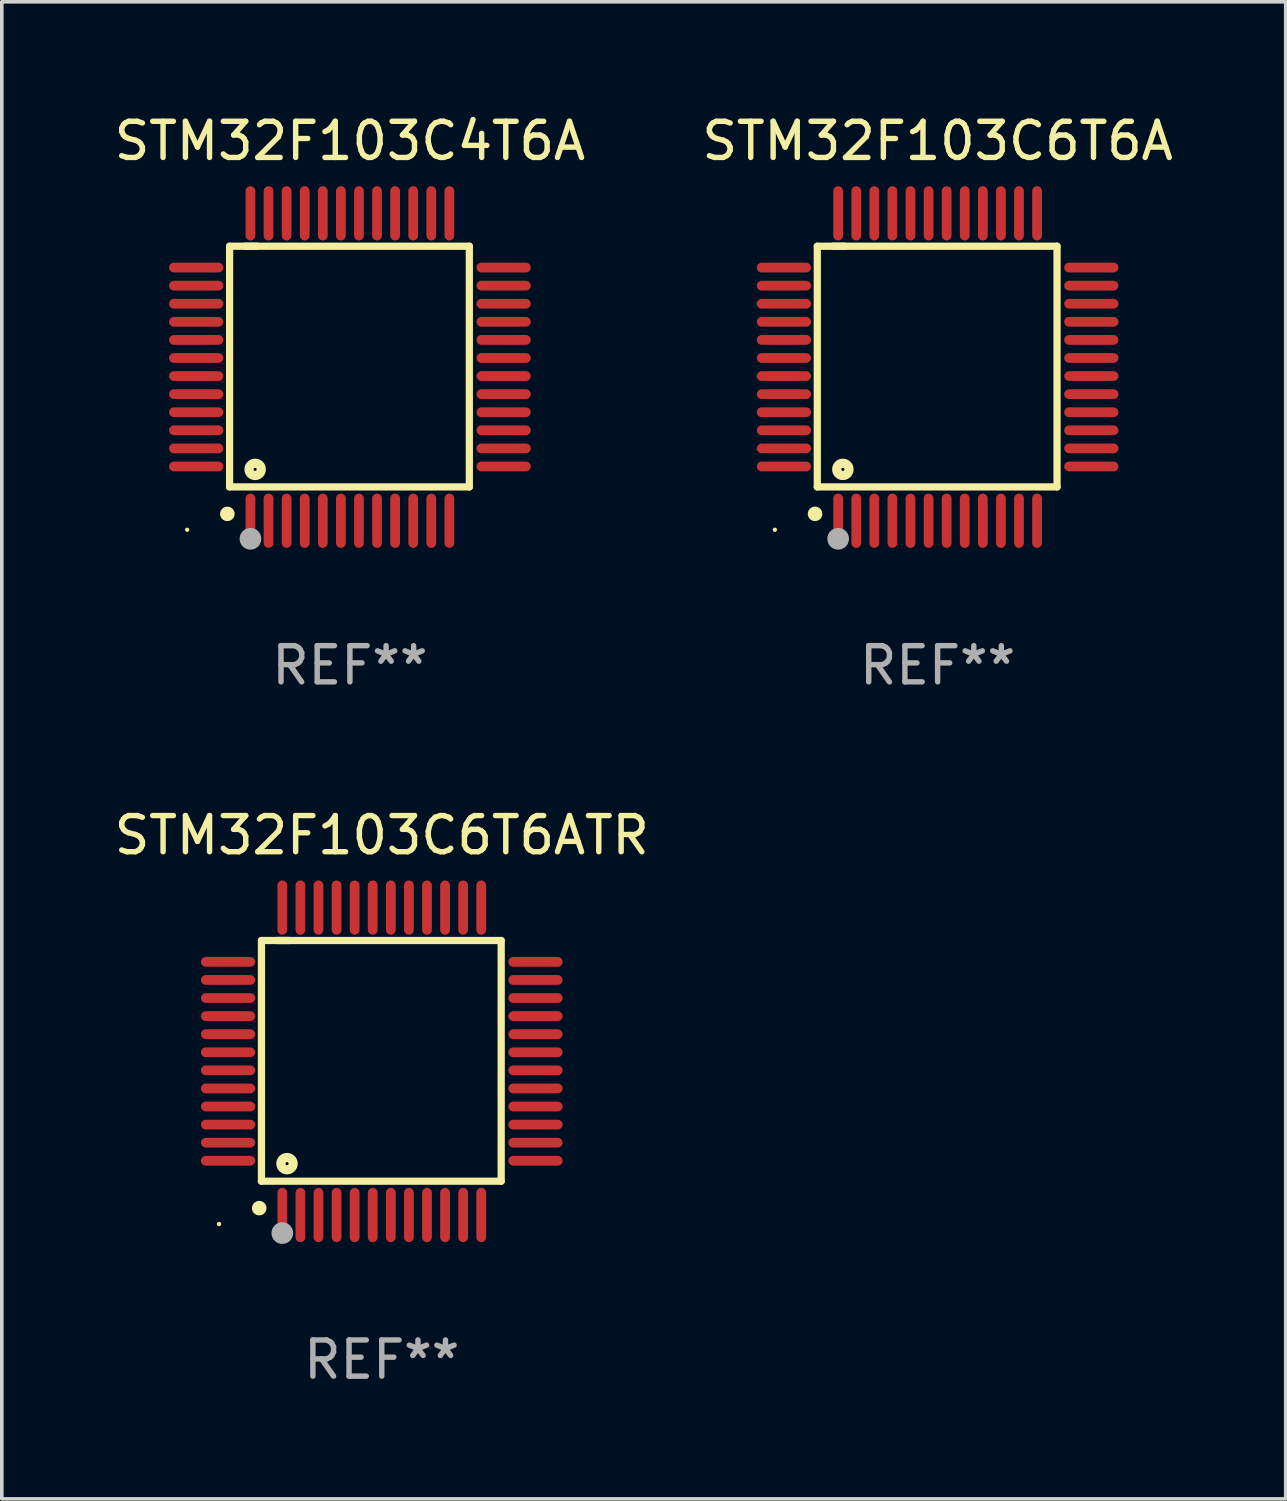
<source format=kicad_pcb>
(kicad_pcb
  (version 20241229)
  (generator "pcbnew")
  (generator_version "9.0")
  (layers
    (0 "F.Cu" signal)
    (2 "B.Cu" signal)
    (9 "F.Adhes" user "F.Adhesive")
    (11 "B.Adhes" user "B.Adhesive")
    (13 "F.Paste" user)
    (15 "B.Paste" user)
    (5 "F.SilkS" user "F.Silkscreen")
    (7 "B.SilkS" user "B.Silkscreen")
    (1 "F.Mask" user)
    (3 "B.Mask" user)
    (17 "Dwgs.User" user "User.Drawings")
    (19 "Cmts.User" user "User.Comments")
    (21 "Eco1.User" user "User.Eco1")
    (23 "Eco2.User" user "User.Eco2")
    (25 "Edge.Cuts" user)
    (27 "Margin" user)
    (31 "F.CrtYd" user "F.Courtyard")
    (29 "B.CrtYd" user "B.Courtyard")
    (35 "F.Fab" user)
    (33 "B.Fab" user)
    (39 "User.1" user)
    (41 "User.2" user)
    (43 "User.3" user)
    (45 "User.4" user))
  (footprint "STM32F103C4T6A"
    (layer "F.Cu")
    (at 6.625 7.098)
    (property "Reference" "STM32F103C4T6A" (at 0 -6.25 0) (layer "F.SilkS") (effects (font (size 1 1) (thickness 0.15))))
    (attr through_hole)
    (fp_line (start -3.327 -3.34) (end -2.565 -3.34) (stroke (width 0.2) (type solid)) (layer "F.SilkS"))
    (fp_line (start -3.327 3.315) (end -3.327 -3.34) (stroke (width 0.2) (type solid)) (layer "F.SilkS"))
    (fp_line (start -2.896 -3.34) (end 3.302 -3.34) (stroke (width 0.2) (type solid)) (layer "F.SilkS"))
    (fp_line (start 3.302 -3.34) (end 3.302 3.315) (stroke (width 0.2) (type solid)) (layer "F.SilkS"))
    (fp_line (start 3.302 3.315) (end -3.327 3.315) (stroke (width 0.2) (type solid)) (layer "F.SilkS"))
    (fp_arc (start -3.389992 4.059995) (mid -3.388722 4.059991) (end -3.387452 4.059995) (stroke (width 0.4) (type solid)) (layer "F.SilkS"))
    (fp_circle (center -4.5 4.5) (end -4.47 4.5) (stroke (width 0.06) (type solid)) (fill no) (layer "F.SilkS"))
    (fp_circle (center -2.62 2.83) (end -2.45 2.83) (stroke (width 0.254) (type solid)) (fill no) (layer "F.SilkS"))
    (fp_circle (center -2.75 4.75) (end -2.6 4.75) (stroke (width 0.3) (type solid)) (fill no) (layer "F.Fab"))
    (fp_text user "REF**" (at 0 8.25 0) (layer "F.Fab") (effects (font (size 1 1) (thickness 0.15))))
    (pad "1" smd oval (at -2.75 4.25) (size 0.27 1.5) (layers "F.Cu" "F.Mask" "F.Paste"))
    (pad "2" smd oval (at -2.25 4.25) (size 0.27 1.5) (layers "F.Cu" "F.Mask" "F.Paste"))
    (pad "3" smd oval (at -1.75 4.25) (size 0.27 1.5) (layers "F.Cu" "F.Mask" "F.Paste"))
    (pad "4" smd oval (at -1.25 4.25) (size 0.27 1.5) (layers "F.Cu" "F.Mask" "F.Paste"))
    (pad "5" smd oval (at -0.75 4.25) (size 0.27 1.5) (layers "F.Cu" "F.Mask" "F.Paste"))
    (pad "6" smd oval (at -0.25 4.25) (size 0.27 1.5) (layers "F.Cu" "F.Mask" "F.Paste"))
    (pad "7" smd oval (at 0.25 4.25) (size 0.27 1.5) (layers "F.Cu" "F.Mask" "F.Paste"))
    (pad "8" smd oval (at 0.75 4.25) (size 0.27 1.5) (layers "F.Cu" "F.Mask" "F.Paste"))
    (pad "9" smd oval (at 1.25 4.25) (size 0.27 1.5) (layers "F.Cu" "F.Mask" "F.Paste"))
    (pad "10" smd oval (at 1.75 4.25) (size 0.27 1.5) (layers "F.Cu" "F.Mask" "F.Paste"))
    (pad "11" smd oval (at 2.25 4.25) (size 0.27 1.5) (layers "F.Cu" "F.Mask" "F.Paste"))
    (pad "12" smd oval (at 2.75 4.25) (size 0.27 1.5) (layers "F.Cu" "F.Mask" "F.Paste"))
    (pad "13" smd oval (at 4.25 2.75) (size 1.5 0.27) (layers "F.Cu" "F.Mask" "F.Paste"))
    (pad "14" smd oval (at 4.25 2.25) (size 1.5 0.27) (layers "F.Cu" "F.Mask" "F.Paste"))
    (pad "15" smd oval (at 4.25 1.75) (size 1.5 0.27) (layers "F.Cu" "F.Mask" "F.Paste"))
    (pad "16" smd oval (at 4.25 1.25) (size 1.5 0.27) (layers "F.Cu" "F.Mask" "F.Paste"))
    (pad "17" smd oval (at 4.25 0.75) (size 1.5 0.27) (layers "F.Cu" "F.Mask" "F.Paste"))
    (pad "18" smd oval (at 4.25 0.25) (size 1.5 0.27) (layers "F.Cu" "F.Mask" "F.Paste"))
    (pad "19" smd oval (at 4.25 -0.25) (size 1.5 0.27) (layers "F.Cu" "F.Mask" "F.Paste"))
    (pad "20" smd oval (at 4.25 -0.75) (size 1.5 0.27) (layers "F.Cu" "F.Mask" "F.Paste"))
    (pad "21" smd oval (at 4.25 -1.25) (size 1.5 0.27) (layers "F.Cu" "F.Mask" "F.Paste"))
    (pad "22" smd oval (at 4.25 -1.75) (size 1.5 0.27) (layers "F.Cu" "F.Mask" "F.Paste"))
    (pad "23" smd oval (at 4.25 -2.25) (size 1.5 0.27) (layers "F.Cu" "F.Mask" "F.Paste"))
    (pad "24" smd oval (at 4.25 -2.75) (size 1.5 0.27) (layers "F.Cu" "F.Mask" "F.Paste"))
    (pad "25" smd oval (at 2.75 -4.25) (size 0.27 1.5) (layers "F.Cu" "F.Mask" "F.Paste"))
    (pad "26" smd oval (at 2.25 -4.25) (size 0.27 1.5) (layers "F.Cu" "F.Mask" "F.Paste"))
    (pad "27" smd oval (at 1.75 -4.25) (size 0.27 1.5) (layers "F.Cu" "F.Mask" "F.Paste"))
    (pad "28" smd oval (at 1.25 -4.25) (size 0.27 1.5) (layers "F.Cu" "F.Mask" "F.Paste"))
    (pad "29" smd oval (at 0.75 -4.25) (size 0.27 1.5) (layers "F.Cu" "F.Mask" "F.Paste"))
    (pad "30" smd oval (at 0.25 -4.25) (size 0.27 1.5) (layers "F.Cu" "F.Mask" "F.Paste"))
    (pad "31" smd oval (at -0.25 -4.25) (size 0.27 1.5) (layers "F.Cu" "F.Mask" "F.Paste"))
    (pad "32" smd oval (at -0.75 -4.25) (size 0.27 1.5) (layers "F.Cu" "F.Mask" "F.Paste"))
    (pad "33" smd oval (at -1.25 -4.25) (size 0.27 1.5) (layers "F.Cu" "F.Mask" "F.Paste"))
    (pad "34" smd oval (at -1.75 -4.25) (size 0.27 1.5) (layers "F.Cu" "F.Mask" "F.Paste"))
    (pad "35" smd oval (at -2.25 -4.25) (size 0.27 1.5) (layers "F.Cu" "F.Mask" "F.Paste"))
    (pad "36" smd oval (at -2.75 -4.25) (size 0.27 1.5) (layers "F.Cu" "F.Mask" "F.Paste"))
    (pad "37" smd oval (at -4.25 -2.75) (size 1.5 0.27) (layers "F.Cu" "F.Mask" "F.Paste"))
    (pad "38" smd oval (at -4.25 -2.25) (size 1.5 0.27) (layers "F.Cu" "F.Mask" "F.Paste"))
    (pad "39" smd oval (at -4.25 -1.75) (size 1.5 0.27) (layers "F.Cu" "F.Mask" "F.Paste"))
    (pad "40" smd oval (at -4.25 -1.25) (size 1.5 0.27) (layers "F.Cu" "F.Mask" "F.Paste"))
    (pad "41" smd oval (at -4.25 -0.75) (size 1.5 0.27) (layers "F.Cu" "F.Mask" "F.Paste"))
    (pad "42" smd oval (at -4.25 -0.25) (size 1.5 0.27) (layers "F.Cu" "F.Mask" "F.Paste"))
    (pad "43" smd oval (at -4.25 0.25) (size 1.5 0.27) (layers "F.Cu" "F.Mask" "F.Paste"))
    (pad "44" smd oval (at -4.25 0.75) (size 1.5 0.27) (layers "F.Cu" "F.Mask" "F.Paste"))
    (pad "45" smd oval (at -4.25 1.25) (size 1.5 0.27) (layers "F.Cu" "F.Mask" "F.Paste"))
    (pad "46" smd oval (at -4.25 1.75) (size 1.5 0.27) (layers "F.Cu" "F.Mask" "F.Paste"))
    (pad "47" smd oval (at -4.25 2.25) (size 1.5 0.27) (layers "F.Cu" "F.Mask" "F.Paste"))
    (pad "48" smd oval (at -4.25 2.75) (size 1.5 0.27) (layers "F.Cu" "F.Mask" "F.Paste")))
  (footprint "STM32F103C6T6A"
    (layer "F.Cu")
    (at 22.875 7.098)
    (property "Reference" "STM32F103C6T6A" (at 0 -6.25 0) (layer "F.SilkS") (effects (font (size 1 1) (thickness 0.15))))
    (attr through_hole)
    (fp_line (start -3.327 -3.34) (end -2.565 -3.34) (stroke (width 0.2) (type solid)) (layer "F.SilkS"))
    (fp_line (start -3.327 3.315) (end -3.327 -3.34) (stroke (width 0.2) (type solid)) (layer "F.SilkS"))
    (fp_line (start -2.896 -3.34) (end 3.302 -3.34) (stroke (width 0.2) (type solid)) (layer "F.SilkS"))
    (fp_line (start 3.302 -3.34) (end 3.302 3.315) (stroke (width 0.2) (type solid)) (layer "F.SilkS"))
    (fp_line (start 3.302 3.315) (end -3.327 3.315) (stroke (width 0.2) (type solid)) (layer "F.SilkS"))
    (fp_arc (start -3.389992 4.059995) (mid -3.388722 4.059991) (end -3.387452 4.059995) (stroke (width 0.4) (type solid)) (layer "F.SilkS"))
    (fp_circle (center -4.5 4.5) (end -4.47 4.5) (stroke (width 0.06) (type solid)) (fill no) (layer "F.SilkS"))
    (fp_circle (center -2.62 2.83) (end -2.45 2.83) (stroke (width 0.254) (type solid)) (fill no) (layer "F.SilkS"))
    (fp_circle (center -2.75 4.75) (end -2.6 4.75) (stroke (width 0.3) (type solid)) (fill no) (layer "F.Fab"))
    (fp_text user "REF**" (at 0 8.25 0) (layer "F.Fab") (effects (font (size 1 1) (thickness 0.15))))
    (pad "1" smd oval (at -2.75 4.25) (size 0.27 1.5) (layers "F.Cu" "F.Mask" "F.Paste"))
    (pad "2" smd oval (at -2.25 4.25) (size 0.27 1.5) (layers "F.Cu" "F.Mask" "F.Paste"))
    (pad "3" smd oval (at -1.75 4.25) (size 0.27 1.5) (layers "F.Cu" "F.Mask" "F.Paste"))
    (pad "4" smd oval (at -1.25 4.25) (size 0.27 1.5) (layers "F.Cu" "F.Mask" "F.Paste"))
    (pad "5" smd oval (at -0.75 4.25) (size 0.27 1.5) (layers "F.Cu" "F.Mask" "F.Paste"))
    (pad "6" smd oval (at -0.25 4.25) (size 0.27 1.5) (layers "F.Cu" "F.Mask" "F.Paste"))
    (pad "7" smd oval (at 0.25 4.25) (size 0.27 1.5) (layers "F.Cu" "F.Mask" "F.Paste"))
    (pad "8" smd oval (at 0.75 4.25) (size 0.27 1.5) (layers "F.Cu" "F.Mask" "F.Paste"))
    (pad "9" smd oval (at 1.25 4.25) (size 0.27 1.5) (layers "F.Cu" "F.Mask" "F.Paste"))
    (pad "10" smd oval (at 1.75 4.25) (size 0.27 1.5) (layers "F.Cu" "F.Mask" "F.Paste"))
    (pad "11" smd oval (at 2.25 4.25) (size 0.27 1.5) (layers "F.Cu" "F.Mask" "F.Paste"))
    (pad "12" smd oval (at 2.75 4.25) (size 0.27 1.5) (layers "F.Cu" "F.Mask" "F.Paste"))
    (pad "13" smd oval (at 4.25 2.75) (size 1.5 0.27) (layers "F.Cu" "F.Mask" "F.Paste"))
    (pad "14" smd oval (at 4.25 2.25) (size 1.5 0.27) (layers "F.Cu" "F.Mask" "F.Paste"))
    (pad "15" smd oval (at 4.25 1.75) (size 1.5 0.27) (layers "F.Cu" "F.Mask" "F.Paste"))
    (pad "16" smd oval (at 4.25 1.25) (size 1.5 0.27) (layers "F.Cu" "F.Mask" "F.Paste"))
    (pad "17" smd oval (at 4.25 0.75) (size 1.5 0.27) (layers "F.Cu" "F.Mask" "F.Paste"))
    (pad "18" smd oval (at 4.25 0.25) (size 1.5 0.27) (layers "F.Cu" "F.Mask" "F.Paste"))
    (pad "19" smd oval (at 4.25 -0.25) (size 1.5 0.27) (layers "F.Cu" "F.Mask" "F.Paste"))
    (pad "20" smd oval (at 4.25 -0.75) (size 1.5 0.27) (layers "F.Cu" "F.Mask" "F.Paste"))
    (pad "21" smd oval (at 4.25 -1.25) (size 1.5 0.27) (layers "F.Cu" "F.Mask" "F.Paste"))
    (pad "22" smd oval (at 4.25 -1.75) (size 1.5 0.27) (layers "F.Cu" "F.Mask" "F.Paste"))
    (pad "23" smd oval (at 4.25 -2.25) (size 1.5 0.27) (layers "F.Cu" "F.Mask" "F.Paste"))
    (pad "24" smd oval (at 4.25 -2.75) (size 1.5 0.27) (layers "F.Cu" "F.Mask" "F.Paste"))
    (pad "25" smd oval (at 2.75 -4.25) (size 0.27 1.5) (layers "F.Cu" "F.Mask" "F.Paste"))
    (pad "26" smd oval (at 2.25 -4.25) (size 0.27 1.5) (layers "F.Cu" "F.Mask" "F.Paste"))
    (pad "27" smd oval (at 1.75 -4.25) (size 0.27 1.5) (layers "F.Cu" "F.Mask" "F.Paste"))
    (pad "28" smd oval (at 1.25 -4.25) (size 0.27 1.5) (layers "F.Cu" "F.Mask" "F.Paste"))
    (pad "29" smd oval (at 0.75 -4.25) (size 0.27 1.5) (layers "F.Cu" "F.Mask" "F.Paste"))
    (pad "30" smd oval (at 0.25 -4.25) (size 0.27 1.5) (layers "F.Cu" "F.Mask" "F.Paste"))
    (pad "31" smd oval (at -0.25 -4.25) (size 0.27 1.5) (layers "F.Cu" "F.Mask" "F.Paste"))
    (pad "32" smd oval (at -0.75 -4.25) (size 0.27 1.5) (layers "F.Cu" "F.Mask" "F.Paste"))
    (pad "33" smd oval (at -1.25 -4.25) (size 0.27 1.5) (layers "F.Cu" "F.Mask" "F.Paste"))
    (pad "34" smd oval (at -1.75 -4.25) (size 0.27 1.5) (layers "F.Cu" "F.Mask" "F.Paste"))
    (pad "35" smd oval (at -2.25 -4.25) (size 0.27 1.5) (layers "F.Cu" "F.Mask" "F.Paste"))
    (pad "36" smd oval (at -2.75 -4.25) (size 0.27 1.5) (layers "F.Cu" "F.Mask" "F.Paste"))
    (pad "37" smd oval (at -4.25 -2.75) (size 1.5 0.27) (layers "F.Cu" "F.Mask" "F.Paste"))
    (pad "38" smd oval (at -4.25 -2.25) (size 1.5 0.27) (layers "F.Cu" "F.Mask" "F.Paste"))
    (pad "39" smd oval (at -4.25 -1.75) (size 1.5 0.27) (layers "F.Cu" "F.Mask" "F.Paste"))
    (pad "40" smd oval (at -4.25 -1.25) (size 1.5 0.27) (layers "F.Cu" "F.Mask" "F.Paste"))
    (pad "41" smd oval (at -4.25 -0.75) (size 1.5 0.27) (layers "F.Cu" "F.Mask" "F.Paste"))
    (pad "42" smd oval (at -4.25 -0.25) (size 1.5 0.27) (layers "F.Cu" "F.Mask" "F.Paste"))
    (pad "43" smd oval (at -4.25 0.25) (size 1.5 0.27) (layers "F.Cu" "F.Mask" "F.Paste"))
    (pad "44" smd oval (at -4.25 0.75) (size 1.5 0.27) (layers "F.Cu" "F.Mask" "F.Paste"))
    (pad "45" smd oval (at -4.25 1.25) (size 1.5 0.27) (layers "F.Cu" "F.Mask" "F.Paste"))
    (pad "46" smd oval (at -4.25 1.75) (size 1.5 0.27) (layers "F.Cu" "F.Mask" "F.Paste"))
    (pad "47" smd oval (at -4.25 2.25) (size 1.5 0.27) (layers "F.Cu" "F.Mask" "F.Paste"))
    (pad "48" smd oval (at -4.25 2.75) (size 1.5 0.27) (layers "F.Cu" "F.Mask" "F.Paste")))
  (footprint "STM32F103C6T6ATR"
    (layer "F.Cu")
    (at 7.506 26.295)
    (property "Reference" "STM32F103C6T6ATR" (at 0 -6.25 0) (layer "F.SilkS") (effects (font (size 1 1) (thickness 0.15))))
    (attr through_hole)
    (fp_line (start -3.327 -3.34) (end -2.565 -3.34) (stroke (width 0.2) (type solid)) (layer "F.SilkS"))
    (fp_line (start -3.327 3.315) (end -3.327 -3.34) (stroke (width 0.2) (type solid)) (layer "F.SilkS"))
    (fp_line (start -2.896 -3.34) (end 3.302 -3.34) (stroke (width 0.2) (type solid)) (layer "F.SilkS"))
    (fp_line (start 3.302 -3.34) (end 3.302 3.315) (stroke (width 0.2) (type solid)) (layer "F.SilkS"))
    (fp_line (start 3.302 3.315) (end -3.327 3.315) (stroke (width 0.2) (type solid)) (layer "F.SilkS"))
    (fp_arc (start -3.389992 4.059995) (mid -3.388722 4.059991) (end -3.387452 4.059995) (stroke (width 0.4) (type solid)) (layer "F.SilkS"))
    (fp_circle (center -4.5 4.5) (end -4.47 4.5) (stroke (width 0.06) (type solid)) (fill no) (layer "F.SilkS"))
    (fp_circle (center -2.62 2.83) (end -2.45 2.83) (stroke (width 0.254) (type solid)) (fill no) (layer "F.SilkS"))
    (fp_circle (center -2.75 4.75) (end -2.6 4.75) (stroke (width 0.3) (type solid)) (fill no) (layer "F.Fab"))
    (fp_text user "REF**" (at 0 8.25 0) (layer "F.Fab") (effects (font (size 1 1) (thickness 0.15))))
    (pad "1" smd oval (at -2.75 4.25) (size 0.27 1.5) (layers "F.Cu" "F.Mask" "F.Paste"))
    (pad "2" smd oval (at -2.25 4.25) (size 0.27 1.5) (layers "F.Cu" "F.Mask" "F.Paste"))
    (pad "3" smd oval (at -1.75 4.25) (size 0.27 1.5) (layers "F.Cu" "F.Mask" "F.Paste"))
    (pad "4" smd oval (at -1.25 4.25) (size 0.27 1.5) (layers "F.Cu" "F.Mask" "F.Paste"))
    (pad "5" smd oval (at -0.75 4.25) (size 0.27 1.5) (layers "F.Cu" "F.Mask" "F.Paste"))
    (pad "6" smd oval (at -0.25 4.25) (size 0.27 1.5) (layers "F.Cu" "F.Mask" "F.Paste"))
    (pad "7" smd oval (at 0.25 4.25) (size 0.27 1.5) (layers "F.Cu" "F.Mask" "F.Paste"))
    (pad "8" smd oval (at 0.75 4.25) (size 0.27 1.5) (layers "F.Cu" "F.Mask" "F.Paste"))
    (pad "9" smd oval (at 1.25 4.25) (size 0.27 1.5) (layers "F.Cu" "F.Mask" "F.Paste"))
    (pad "10" smd oval (at 1.75 4.25) (size 0.27 1.5) (layers "F.Cu" "F.Mask" "F.Paste"))
    (pad "11" smd oval (at 2.25 4.25) (size 0.27 1.5) (layers "F.Cu" "F.Mask" "F.Paste"))
    (pad "12" smd oval (at 2.75 4.25) (size 0.27 1.5) (layers "F.Cu" "F.Mask" "F.Paste"))
    (pad "13" smd oval (at 4.25 2.75) (size 1.5 0.27) (layers "F.Cu" "F.Mask" "F.Paste"))
    (pad "14" smd oval (at 4.25 2.25) (size 1.5 0.27) (layers "F.Cu" "F.Mask" "F.Paste"))
    (pad "15" smd oval (at 4.25 1.75) (size 1.5 0.27) (layers "F.Cu" "F.Mask" "F.Paste"))
    (pad "16" smd oval (at 4.25 1.25) (size 1.5 0.27) (layers "F.Cu" "F.Mask" "F.Paste"))
    (pad "17" smd oval (at 4.25 0.75) (size 1.5 0.27) (layers "F.Cu" "F.Mask" "F.Paste"))
    (pad "18" smd oval (at 4.25 0.25) (size 1.5 0.27) (layers "F.Cu" "F.Mask" "F.Paste"))
    (pad "19" smd oval (at 4.25 -0.25) (size 1.5 0.27) (layers "F.Cu" "F.Mask" "F.Paste"))
    (pad "20" smd oval (at 4.25 -0.75) (size 1.5 0.27) (layers "F.Cu" "F.Mask" "F.Paste"))
    (pad "21" smd oval (at 4.25 -1.25) (size 1.5 0.27) (layers "F.Cu" "F.Mask" "F.Paste"))
    (pad "22" smd oval (at 4.25 -1.75) (size 1.5 0.27) (layers "F.Cu" "F.Mask" "F.Paste"))
    (pad "23" smd oval (at 4.25 -2.25) (size 1.5 0.27) (layers "F.Cu" "F.Mask" "F.Paste"))
    (pad "24" smd oval (at 4.25 -2.75) (size 1.5 0.27) (layers "F.Cu" "F.Mask" "F.Paste"))
    (pad "25" smd oval (at 2.75 -4.25) (size 0.27 1.5) (layers "F.Cu" "F.Mask" "F.Paste"))
    (pad "26" smd oval (at 2.25 -4.25) (size 0.27 1.5) (layers "F.Cu" "F.Mask" "F.Paste"))
    (pad "27" smd oval (at 1.75 -4.25) (size 0.27 1.5) (layers "F.Cu" "F.Mask" "F.Paste"))
    (pad "28" smd oval (at 1.25 -4.25) (size 0.27 1.5) (layers "F.Cu" "F.Mask" "F.Paste"))
    (pad "29" smd oval (at 0.75 -4.25) (size 0.27 1.5) (layers "F.Cu" "F.Mask" "F.Paste"))
    (pad "30" smd oval (at 0.25 -4.25) (size 0.27 1.5) (layers "F.Cu" "F.Mask" "F.Paste"))
    (pad "31" smd oval (at -0.25 -4.25) (size 0.27 1.5) (layers "F.Cu" "F.Mask" "F.Paste"))
    (pad "32" smd oval (at -0.75 -4.25) (size 0.27 1.5) (layers "F.Cu" "F.Mask" "F.Paste"))
    (pad "33" smd oval (at -1.25 -4.25) (size 0.27 1.5) (layers "F.Cu" "F.Mask" "F.Paste"))
    (pad "34" smd oval (at -1.75 -4.25) (size 0.27 1.5) (layers "F.Cu" "F.Mask" "F.Paste"))
    (pad "35" smd oval (at -2.25 -4.25) (size 0.27 1.5) (layers "F.Cu" "F.Mask" "F.Paste"))
    (pad "36" smd oval (at -2.75 -4.25) (size 0.27 1.5) (layers "F.Cu" "F.Mask" "F.Paste"))
    (pad "37" smd oval (at -4.25 -2.75) (size 1.5 0.27) (layers "F.Cu" "F.Mask" "F.Paste"))
    (pad "38" smd oval (at -4.25 -2.25) (size 1.5 0.27) (layers "F.Cu" "F.Mask" "F.Paste"))
    (pad "39" smd oval (at -4.25 -1.75) (size 1.5 0.27) (layers "F.Cu" "F.Mask" "F.Paste"))
    (pad "40" smd oval (at -4.25 -1.25) (size 1.5 0.27) (layers "F.Cu" "F.Mask" "F.Paste"))
    (pad "41" smd oval (at -4.25 -0.75) (size 1.5 0.27) (layers "F.Cu" "F.Mask" "F.Paste"))
    (pad "42" smd oval (at -4.25 -0.25) (size 1.5 0.27) (layers "F.Cu" "F.Mask" "F.Paste"))
    (pad "43" smd oval (at -4.25 0.25) (size 1.5 0.27) (layers "F.Cu" "F.Mask" "F.Paste"))
    (pad "44" smd oval (at -4.25 0.75) (size 1.5 0.27) (layers "F.Cu" "F.Mask" "F.Paste"))
    (pad "45" smd oval (at -4.25 1.25) (size 1.5 0.27) (layers "F.Cu" "F.Mask" "F.Paste"))
    (pad "46" smd oval (at -4.25 1.75) (size 1.5 0.27) (layers "F.Cu" "F.Mask" "F.Paste"))
    (pad "47" smd oval (at -4.25 2.25) (size 1.5 0.27) (layers "F.Cu" "F.Mask" "F.Paste"))
    (pad "48" smd oval (at -4.25 2.75) (size 1.5 0.27) (layers "F.Cu" "F.Mask" "F.Paste")))
  (gr_rect
    (start -3 -3)
    (end 32.5 38.393)
    (stroke (width 0.1) (type default))
    (fill no)
    (layer "Edge.Cuts")))
</source>
